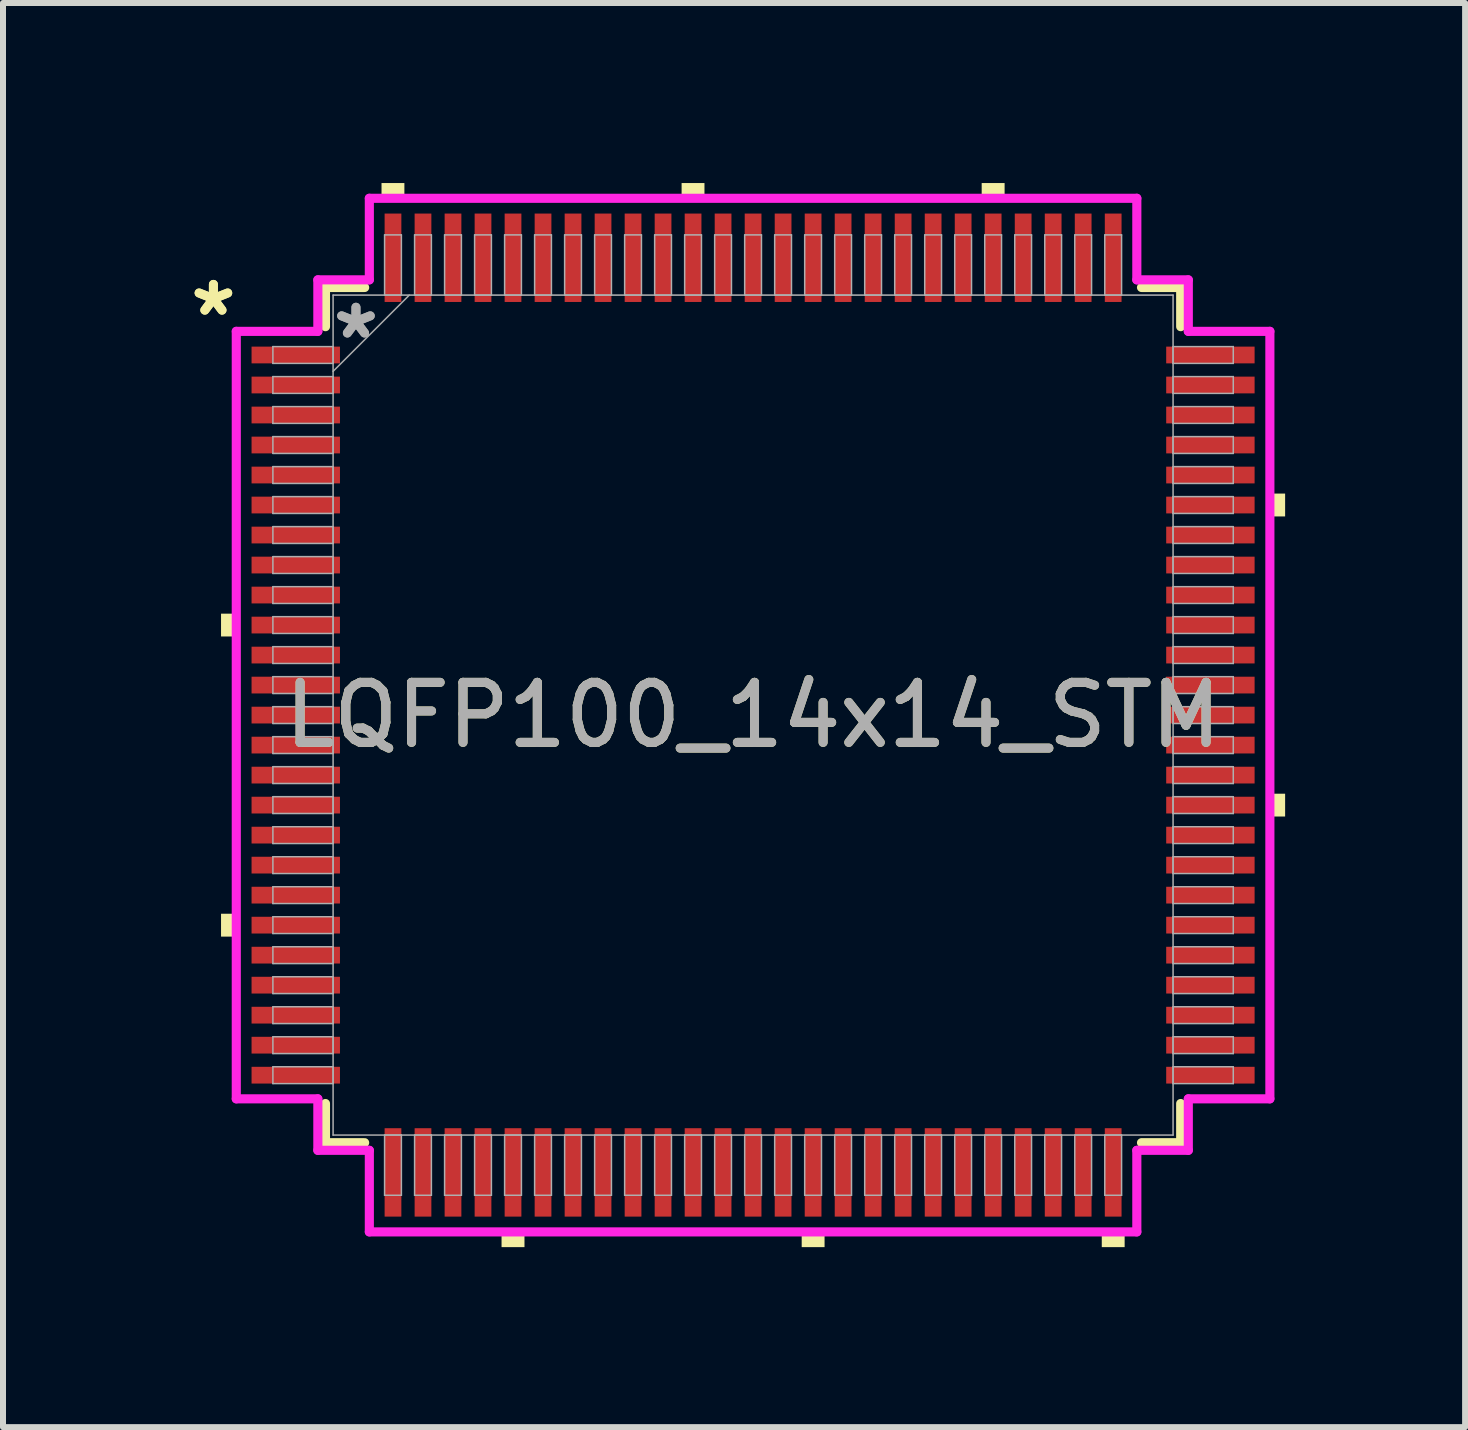
<source format=kicad_pcb>
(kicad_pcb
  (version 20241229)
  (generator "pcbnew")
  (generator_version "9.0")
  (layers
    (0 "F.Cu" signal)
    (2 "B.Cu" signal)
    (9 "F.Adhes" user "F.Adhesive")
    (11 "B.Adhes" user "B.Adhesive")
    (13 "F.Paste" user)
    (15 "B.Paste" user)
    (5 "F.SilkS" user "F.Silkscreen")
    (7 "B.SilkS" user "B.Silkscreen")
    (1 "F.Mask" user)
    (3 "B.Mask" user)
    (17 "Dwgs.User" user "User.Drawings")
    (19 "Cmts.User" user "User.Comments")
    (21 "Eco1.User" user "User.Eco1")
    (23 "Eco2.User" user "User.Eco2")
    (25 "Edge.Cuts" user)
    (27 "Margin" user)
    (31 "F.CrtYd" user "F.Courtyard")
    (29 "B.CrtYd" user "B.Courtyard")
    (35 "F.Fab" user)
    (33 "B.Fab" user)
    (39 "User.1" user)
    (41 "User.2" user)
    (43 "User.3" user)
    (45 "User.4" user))
  (footprint "LQFP100_14x14_STM"
    (layer "F.Cu")
    (at 9.498 8.865)
    (property "Reference" "LQFP100_14x14_STM" (at 0 0 0) (unlocked yes) (layer "F.SilkS") (effects (font (size 1 1) (thickness 0.15))))
    (attr smd)
    (fp_line (start -7.125 -7.125) (end -7.125 -6.472) (stroke (width 0.152) (type solid)) (layer "F.SilkS"))
    (fp_line (start -7.125 6.472) (end -7.125 7.125) (stroke (width 0.152) (type solid)) (layer "F.SilkS"))
    (fp_line (start -7.125 7.125) (end -6.472 7.125) (stroke (width 0.152) (type solid)) (layer "F.SilkS"))
    (fp_line (start -6.472 -7.125) (end -7.125 -7.125) (stroke (width 0.152) (type solid)) (layer "F.SilkS"))
    (fp_line (start 6.472 7.125) (end 7.125 7.125) (stroke (width 0.152) (type solid)) (layer "F.SilkS"))
    (fp_line (start 7.125 -7.125) (end 6.472 -7.125) (stroke (width 0.152) (type solid)) (layer "F.SilkS"))
    (fp_line (start 7.125 -6.472) (end 7.125 -7.125) (stroke (width 0.152) (type solid)) (layer "F.SilkS"))
    (fp_line (start 7.125 7.125) (end 7.125 6.472) (stroke (width 0.152) (type solid)) (layer "F.SilkS"))
    (fp_poly (pts (xy -8.865 -1.69) (xy -8.865 -1.31) (xy -8.611 -1.31) (xy -8.611 -1.69)) (stroke (width 0) (type solid)) (fill yes) (layer "F.SilkS"))
    (fp_poly (pts (xy -8.865 3.31) (xy -8.865 3.691) (xy -8.611 3.691) (xy -8.611 3.31)) (stroke (width 0) (type solid)) (fill yes) (layer "F.SilkS"))
    (fp_poly (pts (xy -6.191 -8.611) (xy -6.191 -8.865) (xy -5.81 -8.865) (xy -5.81 -8.611)) (stroke (width 0) (type solid)) (fill yes) (layer "F.SilkS"))
    (fp_poly (pts (xy -4.191 8.611) (xy -4.191 8.865) (xy -3.809 8.865) (xy -3.809 8.611)) (stroke (width 0) (type solid)) (fill yes) (layer "F.SilkS"))
    (fp_poly (pts (xy -1.191 -8.611) (xy -1.191 -8.865) (xy -0.81 -8.865) (xy -0.81 -8.611)) (stroke (width 0) (type solid)) (fill yes) (layer "F.SilkS"))
    (fp_poly (pts (xy 0.81 8.611) (xy 0.81 8.865) (xy 1.191 8.865) (xy 1.191 8.611)) (stroke (width 0) (type solid)) (fill yes) (layer "F.SilkS"))
    (fp_poly (pts (xy 3.809 -8.611) (xy 3.809 -8.865) (xy 4.191 -8.865) (xy 4.191 -8.611)) (stroke (width 0) (type solid)) (fill yes) (layer "F.SilkS"))
    (fp_poly (pts (xy 5.81 8.611) (xy 5.81 8.865) (xy 6.191 8.865) (xy 6.191 8.611)) (stroke (width 0) (type solid)) (fill yes) (layer "F.SilkS"))
    (fp_poly (pts (xy 8.865 -3.691) (xy 8.865 -3.31) (xy 8.611 -3.31) (xy 8.611 -3.691)) (stroke (width 0) (type solid)) (fill yes) (layer "F.SilkS"))
    (fp_poly (pts (xy 8.865 1.31) (xy 8.865 1.69) (xy 8.611 1.69) (xy 8.611 1.31)) (stroke (width 0) (type solid)) (fill yes) (layer "F.SilkS"))
    (fp_line (start -8.611 -6.394) (end -7.252 -6.394) (stroke (width 0.152) (type solid)) (layer "F.CrtYd"))
    (fp_line (start -8.611 6.394) (end -8.611 -6.394) (stroke (width 0.152) (type solid)) (layer "F.CrtYd"))
    (fp_line (start -7.252 -7.252) (end -6.394 -7.252) (stroke (width 0.152) (type solid)) (layer "F.CrtYd"))
    (fp_line (start -7.252 -6.394) (end -7.252 -7.252) (stroke (width 0.152) (type solid)) (layer "F.CrtYd"))
    (fp_line (start -7.252 6.394) (end -8.611 6.394) (stroke (width 0.152) (type solid)) (layer "F.CrtYd"))
    (fp_line (start -7.252 7.252) (end -7.252 6.394) (stroke (width 0.152) (type solid)) (layer "F.CrtYd"))
    (fp_line (start -7.252 7.252) (end -6.394 7.252) (stroke (width 0.152) (type solid)) (layer "F.CrtYd"))
    (fp_line (start -6.394 -8.611) (end 6.394 -8.611) (stroke (width 0.152) (type solid)) (layer "F.CrtYd"))
    (fp_line (start -6.394 -7.252) (end -6.394 -8.611) (stroke (width 0.152) (type solid)) (layer "F.CrtYd"))
    (fp_line (start -6.394 7.252) (end -6.394 8.611) (stroke (width 0.152) (type solid)) (layer "F.CrtYd"))
    (fp_line (start -6.394 8.611) (end 6.394 8.611) (stroke (width 0.152) (type solid)) (layer "F.CrtYd"))
    (fp_line (start 6.394 -8.611) (end 6.394 -7.252) (stroke (width 0.152) (type solid)) (layer "F.CrtYd"))
    (fp_line (start 6.394 -7.252) (end 7.252 -7.252) (stroke (width 0.152) (type solid)) (layer "F.CrtYd"))
    (fp_line (start 6.394 7.252) (end 7.252 7.252) (stroke (width 0.152) (type solid)) (layer "F.CrtYd"))
    (fp_line (start 6.394 8.611) (end 6.394 7.252) (stroke (width 0.152) (type solid)) (layer "F.CrtYd"))
    (fp_line (start 7.252 -6.394) (end 7.252 -7.252) (stroke (width 0.152) (type solid)) (layer "F.CrtYd"))
    (fp_line (start 7.252 6.394) (end 8.611 6.394) (stroke (width 0.152) (type solid)) (layer "F.CrtYd"))
    (fp_line (start 7.252 7.252) (end 7.252 6.394) (stroke (width 0.152) (type solid)) (layer "F.CrtYd"))
    (fp_line (start 8.611 -6.394) (end 7.252 -6.394) (stroke (width 0.152) (type solid)) (layer "F.CrtYd"))
    (fp_line (start 8.611 6.394) (end 8.611 -6.394) (stroke (width 0.152) (type solid)) (layer "F.CrtYd"))
    (fp_line (start -8.001 -6.14) (end -8.001 -5.86) (stroke (width 0.025) (type solid)) (layer "F.Fab"))
    (fp_line (start -8.001 -5.86) (end -6.998 -5.86) (stroke (width 0.025) (type solid)) (layer "F.Fab"))
    (fp_line (start -8.001 -5.64) (end -8.001 -5.36) (stroke (width 0.025) (type solid)) (layer "F.Fab"))
    (fp_line (start -8.001 -5.36) (end -6.998 -5.36) (stroke (width 0.025) (type solid)) (layer "F.Fab"))
    (fp_line (start -8.001 -5.14) (end -8.001 -4.86) (stroke (width 0.025) (type solid)) (layer "F.Fab"))
    (fp_line (start -8.001 -4.86) (end -6.998 -4.86) (stroke (width 0.025) (type solid)) (layer "F.Fab"))
    (fp_line (start -8.001 -4.64) (end -8.001 -4.36) (stroke (width 0.025) (type solid)) (layer "F.Fab"))
    (fp_line (start -8.001 -4.36) (end -6.998 -4.36) (stroke (width 0.025) (type solid)) (layer "F.Fab"))
    (fp_line (start -8.001 -4.14) (end -8.001 -3.86) (stroke (width 0.025) (type solid)) (layer "F.Fab"))
    (fp_line (start -8.001 -3.86) (end -6.998 -3.86) (stroke (width 0.025) (type solid)) (layer "F.Fab"))
    (fp_line (start -8.001 -3.64) (end -8.001 -3.36) (stroke (width 0.025) (type solid)) (layer "F.Fab"))
    (fp_line (start -8.001 -3.36) (end -6.998 -3.36) (stroke (width 0.025) (type solid)) (layer "F.Fab"))
    (fp_line (start -8.001 -3.14) (end -8.001 -2.86) (stroke (width 0.025) (type solid)) (layer "F.Fab"))
    (fp_line (start -8.001 -2.86) (end -6.998 -2.86) (stroke (width 0.025) (type solid)) (layer "F.Fab"))
    (fp_line (start -8.001 -2.64) (end -8.001 -2.36) (stroke (width 0.025) (type solid)) (layer "F.Fab"))
    (fp_line (start -8.001 -2.36) (end -6.998 -2.36) (stroke (width 0.025) (type solid)) (layer "F.Fab"))
    (fp_line (start -8.001 -2.14) (end -8.001 -1.86) (stroke (width 0.025) (type solid)) (layer "F.Fab"))
    (fp_line (start -8.001 -1.86) (end -6.998 -1.86) (stroke (width 0.025) (type solid)) (layer "F.Fab"))
    (fp_line (start -8.001 -1.64) (end -8.001 -1.36) (stroke (width 0.025) (type solid)) (layer "F.Fab"))
    (fp_line (start -8.001 -1.36) (end -6.998 -1.36) (stroke (width 0.025) (type solid)) (layer "F.Fab"))
    (fp_line (start -8.001 -1.14) (end -8.001 -0.86) (stroke (width 0.025) (type solid)) (layer "F.Fab"))
    (fp_line (start -8.001 -0.86) (end -6.998 -0.86) (stroke (width 0.025) (type solid)) (layer "F.Fab"))
    (fp_line (start -8.001 -0.64) (end -8.001 -0.36) (stroke (width 0.025) (type solid)) (layer "F.Fab"))
    (fp_line (start -8.001 -0.36) (end -6.998 -0.36) (stroke (width 0.025) (type solid)) (layer "F.Fab"))
    (fp_line (start -8.001 -0.14) (end -8.001 0.14) (stroke (width 0.025) (type solid)) (layer "F.Fab"))
    (fp_line (start -8.001 0.14) (end -6.998 0.14) (stroke (width 0.025) (type solid)) (layer "F.Fab"))
    (fp_line (start -8.001 0.36) (end -8.001 0.64) (stroke (width 0.025) (type solid)) (layer "F.Fab"))
    (fp_line (start -8.001 0.64) (end -6.998 0.64) (stroke (width 0.025) (type solid)) (layer "F.Fab"))
    (fp_line (start -8.001 0.86) (end -8.001 1.14) (stroke (width 0.025) (type solid)) (layer "F.Fab"))
    (fp_line (start -8.001 1.14) (end -6.998 1.14) (stroke (width 0.025) (type solid)) (layer "F.Fab"))
    (fp_line (start -8.001 1.36) (end -8.001 1.64) (stroke (width 0.025) (type solid)) (layer "F.Fab"))
    (fp_line (start -8.001 1.64) (end -6.998 1.64) (stroke (width 0.025) (type solid)) (layer "F.Fab"))
    (fp_line (start -8.001 1.86) (end -8.001 2.14) (stroke (width 0.025) (type solid)) (layer "F.Fab"))
    (fp_line (start -8.001 2.14) (end -6.998 2.14) (stroke (width 0.025) (type solid)) (layer "F.Fab"))
    (fp_line (start -8.001 2.36) (end -8.001 2.64) (stroke (width 0.025) (type solid)) (layer "F.Fab"))
    (fp_line (start -8.001 2.64) (end -6.998 2.64) (stroke (width 0.025) (type solid)) (layer "F.Fab"))
    (fp_line (start -8.001 2.86) (end -8.001 3.14) (stroke (width 0.025) (type solid)) (layer "F.Fab"))
    (fp_line (start -8.001 3.14) (end -6.998 3.14) (stroke (width 0.025) (type solid)) (layer "F.Fab"))
    (fp_line (start -8.001 3.36) (end -8.001 3.64) (stroke (width 0.025) (type solid)) (layer "F.Fab"))
    (fp_line (start -8.001 3.64) (end -6.998 3.64) (stroke (width 0.025) (type solid)) (layer "F.Fab"))
    (fp_line (start -8.001 3.86) (end -8.001 4.14) (stroke (width 0.025) (type solid)) (layer "F.Fab"))
    (fp_line (start -8.001 4.14) (end -6.998 4.14) (stroke (width 0.025) (type solid)) (layer "F.Fab"))
    (fp_line (start -8.001 4.36) (end -8.001 4.64) (stroke (width 0.025) (type solid)) (layer "F.Fab"))
    (fp_line (start -8.001 4.64) (end -6.998 4.64) (stroke (width 0.025) (type solid)) (layer "F.Fab"))
    (fp_line (start -8.001 4.86) (end -8.001 5.14) (stroke (width 0.025) (type solid)) (layer "F.Fab"))
    (fp_line (start -8.001 5.14) (end -6.998 5.14) (stroke (width 0.025) (type solid)) (layer "F.Fab"))
    (fp_line (start -8.001 5.36) (end -8.001 5.64) (stroke (width 0.025) (type solid)) (layer "F.Fab"))
    (fp_line (start -8.001 5.64) (end -6.998 5.64) (stroke (width 0.025) (type solid)) (layer "F.Fab"))
    (fp_line (start -8.001 5.86) (end -8.001 6.14) (stroke (width 0.025) (type solid)) (layer "F.Fab"))
    (fp_line (start -8.001 6.14) (end -6.998 6.14) (stroke (width 0.025) (type solid)) (layer "F.Fab"))
    (fp_line (start -6.998 -6.998) (end -6.998 6.998) (stroke (width 0.025) (type solid)) (layer "F.Fab"))
    (fp_line (start -6.998 -6.14) (end -8.001 -6.14) (stroke (width 0.025) (type solid)) (layer "F.Fab"))
    (fp_line (start -6.998 -5.86) (end -6.998 -6.14) (stroke (width 0.025) (type solid)) (layer "F.Fab"))
    (fp_line (start -6.998 -5.728) (end -5.728 -6.998) (stroke (width 0.025) (type solid)) (layer "F.Fab"))
    (fp_line (start -6.998 -5.64) (end -8.001 -5.64) (stroke (width 0.025) (type solid)) (layer "F.Fab"))
    (fp_line (start -6.998 -5.36) (end -6.998 -5.64) (stroke (width 0.025) (type solid)) (layer "F.Fab"))
    (fp_line (start -6.998 -5.14) (end -8.001 -5.14) (stroke (width 0.025) (type solid)) (layer "F.Fab"))
    (fp_line (start -6.998 -4.86) (end -6.998 -5.14) (stroke (width 0.025) (type solid)) (layer "F.Fab"))
    (fp_line (start -6.998 -4.64) (end -8.001 -4.64) (stroke (width 0.025) (type solid)) (layer "F.Fab"))
    (fp_line (start -6.998 -4.36) (end -6.998 -4.64) (stroke (width 0.025) (type solid)) (layer "F.Fab"))
    (fp_line (start -6.998 -4.14) (end -8.001 -4.14) (stroke (width 0.025) (type solid)) (layer "F.Fab"))
    (fp_line (start -6.998 -3.86) (end -6.998 -4.14) (stroke (width 0.025) (type solid)) (layer "F.Fab"))
    (fp_line (start -6.998 -3.64) (end -8.001 -3.64) (stroke (width 0.025) (type solid)) (layer "F.Fab"))
    (fp_line (start -6.998 -3.36) (end -6.998 -3.64) (stroke (width 0.025) (type solid)) (layer "F.Fab"))
    (fp_line (start -6.998 -3.14) (end -8.001 -3.14) (stroke (width 0.025) (type solid)) (layer "F.Fab"))
    (fp_line (start -6.998 -2.86) (end -6.998 -3.14) (stroke (width 0.025) (type solid)) (layer "F.Fab"))
    (fp_line (start -6.998 -2.64) (end -8.001 -2.64) (stroke (width 0.025) (type solid)) (layer "F.Fab"))
    (fp_line (start -6.998 -2.36) (end -6.998 -2.64) (stroke (width 0.025) (type solid)) (layer "F.Fab"))
    (fp_line (start -6.998 -2.14) (end -8.001 -2.14) (stroke (width 0.025) (type solid)) (layer "F.Fab"))
    (fp_line (start -6.998 -1.86) (end -6.998 -2.14) (stroke (width 0.025) (type solid)) (layer "F.Fab"))
    (fp_line (start -6.998 -1.64) (end -8.001 -1.64) (stroke (width 0.025) (type solid)) (layer "F.Fab"))
    (fp_line (start -6.998 -1.36) (end -6.998 -1.64) (stroke (width 0.025) (type solid)) (layer "F.Fab"))
    (fp_line (start -6.998 -1.14) (end -8.001 -1.14) (stroke (width 0.025) (type solid)) (layer "F.Fab"))
    (fp_line (start -6.998 -0.86) (end -6.998 -1.14) (stroke (width 0.025) (type solid)) (layer "F.Fab"))
    (fp_line (start -6.998 -0.64) (end -8.001 -0.64) (stroke (width 0.025) (type solid)) (layer "F.Fab"))
    (fp_line (start -6.998 -0.36) (end -6.998 -0.64) (stroke (width 0.025) (type solid)) (layer "F.Fab"))
    (fp_line (start -6.998 -0.14) (end -8.001 -0.14) (stroke (width 0.025) (type solid)) (layer "F.Fab"))
    (fp_line (start -6.998 0.14) (end -6.998 -0.14) (stroke (width 0.025) (type solid)) (layer "F.Fab"))
    (fp_line (start -6.998 0.36) (end -8.001 0.36) (stroke (width 0.025) (type solid)) (layer "F.Fab"))
    (fp_line (start -6.998 0.64) (end -6.998 0.36) (stroke (width 0.025) (type solid)) (layer "F.Fab"))
    (fp_line (start -6.998 0.86) (end -8.001 0.86) (stroke (width 0.025) (type solid)) (layer "F.Fab"))
    (fp_line (start -6.998 1.14) (end -6.998 0.86) (stroke (width 0.025) (type solid)) (layer "F.Fab"))
    (fp_line (start -6.998 1.36) (end -8.001 1.36) (stroke (width 0.025) (type solid)) (layer "F.Fab"))
    (fp_line (start -6.998 1.64) (end -6.998 1.36) (stroke (width 0.025) (type solid)) (layer "F.Fab"))
    (fp_line (start -6.998 1.86) (end -8.001 1.86) (stroke (width 0.025) (type solid)) (layer "F.Fab"))
    (fp_line (start -6.998 2.14) (end -6.998 1.86) (stroke (width 0.025) (type solid)) (layer "F.Fab"))
    (fp_line (start -6.998 2.36) (end -8.001 2.36) (stroke (width 0.025) (type solid)) (layer "F.Fab"))
    (fp_line (start -6.998 2.64) (end -6.998 2.36) (stroke (width 0.025) (type solid)) (layer "F.Fab"))
    (fp_line (start -6.998 2.86) (end -8.001 2.86) (stroke (width 0.025) (type solid)) (layer "F.Fab"))
    (fp_line (start -6.998 3.14) (end -6.998 2.86) (stroke (width 0.025) (type solid)) (layer "F.Fab"))
    (fp_line (start -6.998 3.36) (end -8.001 3.36) (stroke (width 0.025) (type solid)) (layer "F.Fab"))
    (fp_line (start -6.998 3.64) (end -6.998 3.36) (stroke (width 0.025) (type solid)) (layer "F.Fab"))
    (fp_line (start -6.998 3.86) (end -8.001 3.86) (stroke (width 0.025) (type solid)) (layer "F.Fab"))
    (fp_line (start -6.998 4.14) (end -6.998 3.86) (stroke (width 0.025) (type solid)) (layer "F.Fab"))
    (fp_line (start -6.998 4.36) (end -8.001 4.36) (stroke (width 0.025) (type solid)) (layer "F.Fab"))
    (fp_line (start -6.998 4.64) (end -6.998 4.36) (stroke (width 0.025) (type solid)) (layer "F.Fab"))
    (fp_line (start -6.998 4.86) (end -8.001 4.86) (stroke (width 0.025) (type solid)) (layer "F.Fab"))
    (fp_line (start -6.998 5.14) (end -6.998 4.86) (stroke (width 0.025) (type solid)) (layer "F.Fab"))
    (fp_line (start -6.998 5.36) (end -8.001 5.36) (stroke (width 0.025) (type solid)) (layer "F.Fab"))
    (fp_line (start -6.998 5.64) (end -6.998 5.36) (stroke (width 0.025) (type solid)) (layer "F.Fab"))
    (fp_line (start -6.998 5.86) (end -8.001 5.86) (stroke (width 0.025) (type solid)) (layer "F.Fab"))
    (fp_line (start -6.998 6.14) (end -6.998 5.86) (stroke (width 0.025) (type solid)) (layer "F.Fab"))
    (fp_line (start -6.998 6.998) (end 6.998 6.998) (stroke (width 0.025) (type solid)) (layer "F.Fab"))
    (fp_line (start -6.14 -8.001) (end -6.14 -6.998) (stroke (width 0.025) (type solid)) (layer "F.Fab"))
    (fp_line (start -6.14 -6.998) (end -5.86 -6.998) (stroke (width 0.025) (type solid)) (layer "F.Fab"))
    (fp_line (start -6.14 6.998) (end -6.14 8.001) (stroke (width 0.025) (type solid)) (layer "F.Fab"))
    (fp_line (start -6.14 8.001) (end -5.86 8.001) (stroke (width 0.025) (type solid)) (layer "F.Fab"))
    (fp_line (start -5.86 -8.001) (end -6.14 -8.001) (stroke (width 0.025) (type solid)) (layer "F.Fab"))
    (fp_line (start -5.86 -6.998) (end -5.86 -8.001) (stroke (width 0.025) (type solid)) (layer "F.Fab"))
    (fp_line (start -5.86 6.998) (end -6.14 6.998) (stroke (width 0.025) (type solid)) (layer "F.Fab"))
    (fp_line (start -5.86 8.001) (end -5.86 6.998) (stroke (width 0.025) (type solid)) (layer "F.Fab"))
    (fp_line (start -5.64 -8.001) (end -5.64 -6.998) (stroke (width 0.025) (type solid)) (layer "F.Fab"))
    (fp_line (start -5.64 -6.998) (end -5.36 -6.998) (stroke (width 0.025) (type solid)) (layer "F.Fab"))
    (fp_line (start -5.64 6.998) (end -5.64 8.001) (stroke (width 0.025) (type solid)) (layer "F.Fab"))
    (fp_line (start -5.64 8.001) (end -5.36 8.001) (stroke (width 0.025) (type solid)) (layer "F.Fab"))
    (fp_line (start -5.36 -8.001) (end -5.64 -8.001) (stroke (width 0.025) (type solid)) (layer "F.Fab"))
    (fp_line (start -5.36 -6.998) (end -5.36 -8.001) (stroke (width 0.025) (type solid)) (layer "F.Fab"))
    (fp_line (start -5.36 6.998) (end -5.64 6.998) (stroke (width 0.025) (type solid)) (layer "F.Fab"))
    (fp_line (start -5.36 8.001) (end -5.36 6.998) (stroke (width 0.025) (type solid)) (layer "F.Fab"))
    (fp_line (start -5.14 -8.001) (end -5.14 -6.998) (stroke (width 0.025) (type solid)) (layer "F.Fab"))
    (fp_line (start -5.14 -6.998) (end -4.86 -6.998) (stroke (width 0.025) (type solid)) (layer "F.Fab"))
    (fp_line (start -5.14 6.998) (end -5.14 8.001) (stroke (width 0.025) (type solid)) (layer "F.Fab"))
    (fp_line (start -5.14 8.001) (end -4.86 8.001) (stroke (width 0.025) (type solid)) (layer "F.Fab"))
    (fp_line (start -4.86 -8.001) (end -5.14 -8.001) (stroke (width 0.025) (type solid)) (layer "F.Fab"))
    (fp_line (start -4.86 -6.998) (end -4.86 -8.001) (stroke (width 0.025) (type solid)) (layer "F.Fab"))
    (fp_line (start -4.86 6.998) (end -5.14 6.998) (stroke (width 0.025) (type solid)) (layer "F.Fab"))
    (fp_line (start -4.86 8.001) (end -4.86 6.998) (stroke (width 0.025) (type solid)) (layer "F.Fab"))
    (fp_line (start -4.64 -8.001) (end -4.64 -6.998) (stroke (width 0.025) (type solid)) (layer "F.Fab"))
    (fp_line (start -4.64 -6.998) (end -4.36 -6.998) (stroke (width 0.025) (type solid)) (layer "F.Fab"))
    (fp_line (start -4.64 6.998) (end -4.64 8.001) (stroke (width 0.025) (type solid)) (layer "F.Fab"))
    (fp_line (start -4.64 8.001) (end -4.36 8.001) (stroke (width 0.025) (type solid)) (layer "F.Fab"))
    (fp_line (start -4.36 -8.001) (end -4.64 -8.001) (stroke (width 0.025) (type solid)) (layer "F.Fab"))
    (fp_line (start -4.36 -6.998) (end -4.36 -8.001) (stroke (width 0.025) (type solid)) (layer "F.Fab"))
    (fp_line (start -4.36 6.998) (end -4.64 6.998) (stroke (width 0.025) (type solid)) (layer "F.Fab"))
    (fp_line (start -4.36 8.001) (end -4.36 6.998) (stroke (width 0.025) (type solid)) (layer "F.Fab"))
    (fp_line (start -4.14 -8.001) (end -4.14 -6.998) (stroke (width 0.025) (type solid)) (layer "F.Fab"))
    (fp_line (start -4.14 -6.998) (end -3.86 -6.998) (stroke (width 0.025) (type solid)) (layer "F.Fab"))
    (fp_line (start -4.14 6.998) (end -4.14 8.001) (stroke (width 0.025) (type solid)) (layer "F.Fab"))
    (fp_line (start -4.14 8.001) (end -3.86 8.001) (stroke (width 0.025) (type solid)) (layer "F.Fab"))
    (fp_line (start -3.86 -8.001) (end -4.14 -8.001) (stroke (width 0.025) (type solid)) (layer "F.Fab"))
    (fp_line (start -3.86 -6.998) (end -3.86 -8.001) (stroke (width 0.025) (type solid)) (layer "F.Fab"))
    (fp_line (start -3.86 6.998) (end -4.14 6.998) (stroke (width 0.025) (type solid)) (layer "F.Fab"))
    (fp_line (start -3.86 8.001) (end -3.86 6.998) (stroke (width 0.025) (type solid)) (layer "F.Fab"))
    (fp_line (start -3.64 -8.001) (end -3.64 -6.998) (stroke (width 0.025) (type solid)) (layer "F.Fab"))
    (fp_line (start -3.64 -6.998) (end -3.36 -6.998) (stroke (width 0.025) (type solid)) (layer "F.Fab"))
    (fp_line (start -3.64 6.998) (end -3.64 8.001) (stroke (width 0.025) (type solid)) (layer "F.Fab"))
    (fp_line (start -3.64 8.001) (end -3.36 8.001) (stroke (width 0.025) (type solid)) (layer "F.Fab"))
    (fp_line (start -3.36 -8.001) (end -3.64 -8.001) (stroke (width 0.025) (type solid)) (layer "F.Fab"))
    (fp_line (start -3.36 -6.998) (end -3.36 -8.001) (stroke (width 0.025) (type solid)) (layer "F.Fab"))
    (fp_line (start -3.36 6.998) (end -3.64 6.998) (stroke (width 0.025) (type solid)) (layer "F.Fab"))
    (fp_line (start -3.36 8.001) (end -3.36 6.998) (stroke (width 0.025) (type solid)) (layer "F.Fab"))
    (fp_line (start -3.14 -8.001) (end -3.14 -6.998) (stroke (width 0.025) (type solid)) (layer "F.Fab"))
    (fp_line (start -3.14 -6.998) (end -2.86 -6.998) (stroke (width 0.025) (type solid)) (layer "F.Fab"))
    (fp_line (start -3.14 6.998) (end -3.14 8.001) (stroke (width 0.025) (type solid)) (layer "F.Fab"))
    (fp_line (start -3.14 8.001) (end -2.86 8.001) (stroke (width 0.025) (type solid)) (layer "F.Fab"))
    (fp_line (start -2.86 -8.001) (end -3.14 -8.001) (stroke (width 0.025) (type solid)) (layer "F.Fab"))
    (fp_line (start -2.86 -6.998) (end -2.86 -8.001) (stroke (width 0.025) (type solid)) (layer "F.Fab"))
    (fp_line (start -2.86 6.998) (end -3.14 6.998) (stroke (width 0.025) (type solid)) (layer "F.Fab"))
    (fp_line (start -2.86 8.001) (end -2.86 6.998) (stroke (width 0.025) (type solid)) (layer "F.Fab"))
    (fp_line (start -2.64 -8.001) (end -2.64 -6.998) (stroke (width 0.025) (type solid)) (layer "F.Fab"))
    (fp_line (start -2.64 -6.998) (end -2.36 -6.998) (stroke (width 0.025) (type solid)) (layer "F.Fab"))
    (fp_line (start -2.64 6.998) (end -2.64 8.001) (stroke (width 0.025) (type solid)) (layer "F.Fab"))
    (fp_line (start -2.64 8.001) (end -2.36 8.001) (stroke (width 0.025) (type solid)) (layer "F.Fab"))
    (fp_line (start -2.36 -8.001) (end -2.64 -8.001) (stroke (width 0.025) (type solid)) (layer "F.Fab"))
    (fp_line (start -2.36 -6.998) (end -2.36 -8.001) (stroke (width 0.025) (type solid)) (layer "F.Fab"))
    (fp_line (start -2.36 6.998) (end -2.64 6.998) (stroke (width 0.025) (type solid)) (layer "F.Fab"))
    (fp_line (start -2.36 8.001) (end -2.36 6.998) (stroke (width 0.025) (type solid)) (layer "F.Fab"))
    (fp_line (start -2.14 -8.001) (end -2.14 -6.998) (stroke (width 0.025) (type solid)) (layer "F.Fab"))
    (fp_line (start -2.14 -6.998) (end -1.86 -6.998) (stroke (width 0.025) (type solid)) (layer "F.Fab"))
    (fp_line (start -2.14 6.998) (end -2.14 8.001) (stroke (width 0.025) (type solid)) (layer "F.Fab"))
    (fp_line (start -2.14 8.001) (end -1.86 8.001) (stroke (width 0.025) (type solid)) (layer "F.Fab"))
    (fp_line (start -1.86 -8.001) (end -2.14 -8.001) (stroke (width 0.025) (type solid)) (layer "F.Fab"))
    (fp_line (start -1.86 -6.998) (end -1.86 -8.001) (stroke (width 0.025) (type solid)) (layer "F.Fab"))
    (fp_line (start -1.86 6.998) (end -2.14 6.998) (stroke (width 0.025) (type solid)) (layer "F.Fab"))
    (fp_line (start -1.86 8.001) (end -1.86 6.998) (stroke (width 0.025) (type solid)) (layer "F.Fab"))
    (fp_line (start -1.64 -8.001) (end -1.64 -6.998) (stroke (width 0.025) (type solid)) (layer "F.Fab"))
    (fp_line (start -1.64 -6.998) (end -1.36 -6.998) (stroke (width 0.025) (type solid)) (layer "F.Fab"))
    (fp_line (start -1.64 6.998) (end -1.64 8.001) (stroke (width 0.025) (type solid)) (layer "F.Fab"))
    (fp_line (start -1.64 8.001) (end -1.36 8.001) (stroke (width 0.025) (type solid)) (layer "F.Fab"))
    (fp_line (start -1.36 -8.001) (end -1.64 -8.001) (stroke (width 0.025) (type solid)) (layer "F.Fab"))
    (fp_line (start -1.36 -6.998) (end -1.36 -8.001) (stroke (width 0.025) (type solid)) (layer "F.Fab"))
    (fp_line (start -1.36 6.998) (end -1.64 6.998) (stroke (width 0.025) (type solid)) (layer "F.Fab"))
    (fp_line (start -1.36 8.001) (end -1.36 6.998) (stroke (width 0.025) (type solid)) (layer "F.Fab"))
    (fp_line (start -1.14 -8.001) (end -1.14 -6.998) (stroke (width 0.025) (type solid)) (layer "F.Fab"))
    (fp_line (start -1.14 -6.998) (end -0.86 -6.998) (stroke (width 0.025) (type solid)) (layer "F.Fab"))
    (fp_line (start -1.14 6.998) (end -1.14 8.001) (stroke (width 0.025) (type solid)) (layer "F.Fab"))
    (fp_line (start -1.14 8.001) (end -0.86 8.001) (stroke (width 0.025) (type solid)) (layer "F.Fab"))
    (fp_line (start -0.86 -8.001) (end -1.14 -8.001) (stroke (width 0.025) (type solid)) (layer "F.Fab"))
    (fp_line (start -0.86 -6.998) (end -0.86 -8.001) (stroke (width 0.025) (type solid)) (layer "F.Fab"))
    (fp_line (start -0.86 6.998) (end -1.14 6.998) (stroke (width 0.025) (type solid)) (layer "F.Fab"))
    (fp_line (start -0.86 8.001) (end -0.86 6.998) (stroke (width 0.025) (type solid)) (layer "F.Fab"))
    (fp_line (start -0.64 -8.001) (end -0.64 -6.998) (stroke (width 0.025) (type solid)) (layer "F.Fab"))
    (fp_line (start -0.64 -6.998) (end -0.36 -6.998) (stroke (width 0.025) (type solid)) (layer "F.Fab"))
    (fp_line (start -0.64 6.998) (end -0.64 8.001) (stroke (width 0.025) (type solid)) (layer "F.Fab"))
    (fp_line (start -0.64 8.001) (end -0.36 8.001) (stroke (width 0.025) (type solid)) (layer "F.Fab"))
    (fp_line (start -0.36 -8.001) (end -0.64 -8.001) (stroke (width 0.025) (type solid)) (layer "F.Fab"))
    (fp_line (start -0.36 -6.998) (end -0.36 -8.001) (stroke (width 0.025) (type solid)) (layer "F.Fab"))
    (fp_line (start -0.36 6.998) (end -0.64 6.998) (stroke (width 0.025) (type solid)) (layer "F.Fab"))
    (fp_line (start -0.36 8.001) (end -0.36 6.998) (stroke (width 0.025) (type solid)) (layer "F.Fab"))
    (fp_line (start -0.14 -8.001) (end -0.14 -6.998) (stroke (width 0.025) (type solid)) (layer "F.Fab"))
    (fp_line (start -0.14 -6.998) (end 0.14 -6.998) (stroke (width 0.025) (type solid)) (layer "F.Fab"))
    (fp_line (start -0.14 6.998) (end -0.14 8.001) (stroke (width 0.025) (type solid)) (layer "F.Fab"))
    (fp_line (start -0.14 8.001) (end 0.14 8.001) (stroke (width 0.025) (type solid)) (layer "F.Fab"))
    (fp_line (start 0.14 -8.001) (end -0.14 -8.001) (stroke (width 0.025) (type solid)) (layer "F.Fab"))
    (fp_line (start 0.14 -6.998) (end 0.14 -8.001) (stroke (width 0.025) (type solid)) (layer "F.Fab"))
    (fp_line (start 0.14 6.998) (end -0.14 6.998) (stroke (width 0.025) (type solid)) (layer "F.Fab"))
    (fp_line (start 0.14 8.001) (end 0.14 6.998) (stroke (width 0.025) (type solid)) (layer "F.Fab"))
    (fp_line (start 0.36 -8.001) (end 0.36 -6.998) (stroke (width 0.025) (type solid)) (layer "F.Fab"))
    (fp_line (start 0.36 -6.998) (end 0.64 -6.998) (stroke (width 0.025) (type solid)) (layer "F.Fab"))
    (fp_line (start 0.36 6.998) (end 0.36 8.001) (stroke (width 0.025) (type solid)) (layer "F.Fab"))
    (fp_line (start 0.36 8.001) (end 0.64 8.001) (stroke (width 0.025) (type solid)) (layer "F.Fab"))
    (fp_line (start 0.64 -8.001) (end 0.36 -8.001) (stroke (width 0.025) (type solid)) (layer "F.Fab"))
    (fp_line (start 0.64 -6.998) (end 0.64 -8.001) (stroke (width 0.025) (type solid)) (layer "F.Fab"))
    (fp_line (start 0.64 6.998) (end 0.36 6.998) (stroke (width 0.025) (type solid)) (layer "F.Fab"))
    (fp_line (start 0.64 8.001) (end 0.64 6.998) (stroke (width 0.025) (type solid)) (layer "F.Fab"))
    (fp_line (start 0.86 -8.001) (end 0.86 -6.998) (stroke (width 0.025) (type solid)) (layer "F.Fab"))
    (fp_line (start 0.86 -6.998) (end 1.14 -6.998) (stroke (width 0.025) (type solid)) (layer "F.Fab"))
    (fp_line (start 0.86 6.998) (end 0.86 8.001) (stroke (width 0.025) (type solid)) (layer "F.Fab"))
    (fp_line (start 0.86 8.001) (end 1.14 8.001) (stroke (width 0.025) (type solid)) (layer "F.Fab"))
    (fp_line (start 1.14 -8.001) (end 0.86 -8.001) (stroke (width 0.025) (type solid)) (layer "F.Fab"))
    (fp_line (start 1.14 -6.998) (end 1.14 -8.001) (stroke (width 0.025) (type solid)) (layer "F.Fab"))
    (fp_line (start 1.14 6.998) (end 0.86 6.998) (stroke (width 0.025) (type solid)) (layer "F.Fab"))
    (fp_line (start 1.14 8.001) (end 1.14 6.998) (stroke (width 0.025) (type solid)) (layer "F.Fab"))
    (fp_line (start 1.36 -8.001) (end 1.36 -6.998) (stroke (width 0.025) (type solid)) (layer "F.Fab"))
    (fp_line (start 1.36 -6.998) (end 1.64 -6.998) (stroke (width 0.025) (type solid)) (layer "F.Fab"))
    (fp_line (start 1.36 6.998) (end 1.36 8.001) (stroke (width 0.025) (type solid)) (layer "F.Fab"))
    (fp_line (start 1.36 8.001) (end 1.64 8.001) (stroke (width 0.025) (type solid)) (layer "F.Fab"))
    (fp_line (start 1.64 -8.001) (end 1.36 -8.001) (stroke (width 0.025) (type solid)) (layer "F.Fab"))
    (fp_line (start 1.64 -6.998) (end 1.64 -8.001) (stroke (width 0.025) (type solid)) (layer "F.Fab"))
    (fp_line (start 1.64 6.998) (end 1.36 6.998) (stroke (width 0.025) (type solid)) (layer "F.Fab"))
    (fp_line (start 1.64 8.001) (end 1.64 6.998) (stroke (width 0.025) (type solid)) (layer "F.Fab"))
    (fp_line (start 1.86 -8.001) (end 1.86 -6.998) (stroke (width 0.025) (type solid)) (layer "F.Fab"))
    (fp_line (start 1.86 -6.998) (end 2.14 -6.998) (stroke (width 0.025) (type solid)) (layer "F.Fab"))
    (fp_line (start 1.86 6.998) (end 1.86 8.001) (stroke (width 0.025) (type solid)) (layer "F.Fab"))
    (fp_line (start 1.86 8.001) (end 2.14 8.001) (stroke (width 0.025) (type solid)) (layer "F.Fab"))
    (fp_line (start 2.14 -8.001) (end 1.86 -8.001) (stroke (width 0.025) (type solid)) (layer "F.Fab"))
    (fp_line (start 2.14 -6.998) (end 2.14 -8.001) (stroke (width 0.025) (type solid)) (layer "F.Fab"))
    (fp_line (start 2.14 6.998) (end 1.86 6.998) (stroke (width 0.025) (type solid)) (layer "F.Fab"))
    (fp_line (start 2.14 8.001) (end 2.14 6.998) (stroke (width 0.025) (type solid)) (layer "F.Fab"))
    (fp_line (start 2.36 -8.001) (end 2.36 -6.998) (stroke (width 0.025) (type solid)) (layer "F.Fab"))
    (fp_line (start 2.36 -6.998) (end 2.64 -6.998) (stroke (width 0.025) (type solid)) (layer "F.Fab"))
    (fp_line (start 2.36 6.998) (end 2.36 8.001) (stroke (width 0.025) (type solid)) (layer "F.Fab"))
    (fp_line (start 2.36 8.001) (end 2.64 8.001) (stroke (width 0.025) (type solid)) (layer "F.Fab"))
    (fp_line (start 2.64 -8.001) (end 2.36 -8.001) (stroke (width 0.025) (type solid)) (layer "F.Fab"))
    (fp_line (start 2.64 -6.998) (end 2.64 -8.001) (stroke (width 0.025) (type solid)) (layer "F.Fab"))
    (fp_line (start 2.64 6.998) (end 2.36 6.998) (stroke (width 0.025) (type solid)) (layer "F.Fab"))
    (fp_line (start 2.64 8.001) (end 2.64 6.998) (stroke (width 0.025) (type solid)) (layer "F.Fab"))
    (fp_line (start 2.86 -8.001) (end 2.86 -6.998) (stroke (width 0.025) (type solid)) (layer "F.Fab"))
    (fp_line (start 2.86 -6.998) (end 3.14 -6.998) (stroke (width 0.025) (type solid)) (layer "F.Fab"))
    (fp_line (start 2.86 6.998) (end 2.86 8.001) (stroke (width 0.025) (type solid)) (layer "F.Fab"))
    (fp_line (start 2.86 8.001) (end 3.14 8.001) (stroke (width 0.025) (type solid)) (layer "F.Fab"))
    (fp_line (start 3.14 -8.001) (end 2.86 -8.001) (stroke (width 0.025) (type solid)) (layer "F.Fab"))
    (fp_line (start 3.14 -6.998) (end 3.14 -8.001) (stroke (width 0.025) (type solid)) (layer "F.Fab"))
    (fp_line (start 3.14 6.998) (end 2.86 6.998) (stroke (width 0.025) (type solid)) (layer "F.Fab"))
    (fp_line (start 3.14 8.001) (end 3.14 6.998) (stroke (width 0.025) (type solid)) (layer "F.Fab"))
    (fp_line (start 3.36 -8.001) (end 3.36 -6.998) (stroke (width 0.025) (type solid)) (layer "F.Fab"))
    (fp_line (start 3.36 -6.998) (end 3.64 -6.998) (stroke (width 0.025) (type solid)) (layer "F.Fab"))
    (fp_line (start 3.36 6.998) (end 3.36 8.001) (stroke (width 0.025) (type solid)) (layer "F.Fab"))
    (fp_line (start 3.36 8.001) (end 3.64 8.001) (stroke (width 0.025) (type solid)) (layer "F.Fab"))
    (fp_line (start 3.64 -8.001) (end 3.36 -8.001) (stroke (width 0.025) (type solid)) (layer "F.Fab"))
    (fp_line (start 3.64 -6.998) (end 3.64 -8.001) (stroke (width 0.025) (type solid)) (layer "F.Fab"))
    (fp_line (start 3.64 6.998) (end 3.36 6.998) (stroke (width 0.025) (type solid)) (layer "F.Fab"))
    (fp_line (start 3.64 8.001) (end 3.64 6.998) (stroke (width 0.025) (type solid)) (layer "F.Fab"))
    (fp_line (start 3.86 -8.001) (end 3.86 -6.998) (stroke (width 0.025) (type solid)) (layer "F.Fab"))
    (fp_line (start 3.86 -6.998) (end 4.14 -6.998) (stroke (width 0.025) (type solid)) (layer "F.Fab"))
    (fp_line (start 3.86 6.998) (end 3.86 8.001) (stroke (width 0.025) (type solid)) (layer "F.Fab"))
    (fp_line (start 3.86 8.001) (end 4.14 8.001) (stroke (width 0.025) (type solid)) (layer "F.Fab"))
    (fp_line (start 4.14 -8.001) (end 3.86 -8.001) (stroke (width 0.025) (type solid)) (layer "F.Fab"))
    (fp_line (start 4.14 -6.998) (end 4.14 -8.001) (stroke (width 0.025) (type solid)) (layer "F.Fab"))
    (fp_line (start 4.14 6.998) (end 3.86 6.998) (stroke (width 0.025) (type solid)) (layer "F.Fab"))
    (fp_line (start 4.14 8.001) (end 4.14 6.998) (stroke (width 0.025) (type solid)) (layer "F.Fab"))
    (fp_line (start 4.36 -8.001) (end 4.36 -6.998) (stroke (width 0.025) (type solid)) (layer "F.Fab"))
    (fp_line (start 4.36 -6.998) (end 4.64 -6.998) (stroke (width 0.025) (type solid)) (layer "F.Fab"))
    (fp_line (start 4.36 6.998) (end 4.36 8.001) (stroke (width 0.025) (type solid)) (layer "F.Fab"))
    (fp_line (start 4.36 8.001) (end 4.64 8.001) (stroke (width 0.025) (type solid)) (layer "F.Fab"))
    (fp_line (start 4.64 -8.001) (end 4.36 -8.001) (stroke (width 0.025) (type solid)) (layer "F.Fab"))
    (fp_line (start 4.64 -6.998) (end 4.64 -8.001) (stroke (width 0.025) (type solid)) (layer "F.Fab"))
    (fp_line (start 4.64 6.998) (end 4.36 6.998) (stroke (width 0.025) (type solid)) (layer "F.Fab"))
    (fp_line (start 4.64 8.001) (end 4.64 6.998) (stroke (width 0.025) (type solid)) (layer "F.Fab"))
    (fp_line (start 4.86 -8.001) (end 4.86 -6.998) (stroke (width 0.025) (type solid)) (layer "F.Fab"))
    (fp_line (start 4.86 -6.998) (end 5.14 -6.998) (stroke (width 0.025) (type solid)) (layer "F.Fab"))
    (fp_line (start 4.86 6.998) (end 4.86 8.001) (stroke (width 0.025) (type solid)) (layer "F.Fab"))
    (fp_line (start 4.86 8.001) (end 5.14 8.001) (stroke (width 0.025) (type solid)) (layer "F.Fab"))
    (fp_line (start 5.14 -8.001) (end 4.86 -8.001) (stroke (width 0.025) (type solid)) (layer "F.Fab"))
    (fp_line (start 5.14 -6.998) (end 5.14 -8.001) (stroke (width 0.025) (type solid)) (layer "F.Fab"))
    (fp_line (start 5.14 6.998) (end 4.86 6.998) (stroke (width 0.025) (type solid)) (layer "F.Fab"))
    (fp_line (start 5.14 8.001) (end 5.14 6.998) (stroke (width 0.025) (type solid)) (layer "F.Fab"))
    (fp_line (start 5.36 -8.001) (end 5.36 -6.998) (stroke (width 0.025) (type solid)) (layer "F.Fab"))
    (fp_line (start 5.36 -6.998) (end 5.64 -6.998) (stroke (width 0.025) (type solid)) (layer "F.Fab"))
    (fp_line (start 5.36 6.998) (end 5.36 8.001) (stroke (width 0.025) (type solid)) (layer "F.Fab"))
    (fp_line (start 5.36 8.001) (end 5.64 8.001) (stroke (width 0.025) (type solid)) (layer "F.Fab"))
    (fp_line (start 5.64 -8.001) (end 5.36 -8.001) (stroke (width 0.025) (type solid)) (layer "F.Fab"))
    (fp_line (start 5.64 -6.998) (end 5.64 -8.001) (stroke (width 0.025) (type solid)) (layer "F.Fab"))
    (fp_line (start 5.64 6.998) (end 5.36 6.998) (stroke (width 0.025) (type solid)) (layer "F.Fab"))
    (fp_line (start 5.64 8.001) (end 5.64 6.998) (stroke (width 0.025) (type solid)) (layer "F.Fab"))
    (fp_line (start 5.86 -8.001) (end 5.86 -6.998) (stroke (width 0.025) (type solid)) (layer "F.Fab"))
    (fp_line (start 5.86 -6.998) (end 6.14 -6.998) (stroke (width 0.025) (type solid)) (layer "F.Fab"))
    (fp_line (start 5.86 6.998) (end 5.86 8.001) (stroke (width 0.025) (type solid)) (layer "F.Fab"))
    (fp_line (start 5.86 8.001) (end 6.14 8.001) (stroke (width 0.025) (type solid)) (layer "F.Fab"))
    (fp_line (start 6.14 -8.001) (end 5.86 -8.001) (stroke (width 0.025) (type solid)) (layer "F.Fab"))
    (fp_line (start 6.14 -6.998) (end 6.14 -8.001) (stroke (width 0.025) (type solid)) (layer "F.Fab"))
    (fp_line (start 6.14 6.998) (end 5.86 6.998) (stroke (width 0.025) (type solid)) (layer "F.Fab"))
    (fp_line (start 6.14 8.001) (end 6.14 6.998) (stroke (width 0.025) (type solid)) (layer "F.Fab"))
    (fp_line (start 6.998 -6.998) (end -6.998 -6.998) (stroke (width 0.025) (type solid)) (layer "F.Fab"))
    (fp_line (start 6.998 -6.14) (end 6.998 -5.86) (stroke (width 0.025) (type solid)) (layer "F.Fab"))
    (fp_line (start 6.998 -5.86) (end 8.001 -5.86) (stroke (width 0.025) (type solid)) (layer "F.Fab"))
    (fp_line (start 6.998 -5.64) (end 6.998 -5.36) (stroke (width 0.025) (type solid)) (layer "F.Fab"))
    (fp_line (start 6.998 -5.36) (end 8.001 -5.36) (stroke (width 0.025) (type solid)) (layer "F.Fab"))
    (fp_line (start 6.998 -5.14) (end 6.998 -4.86) (stroke (width 0.025) (type solid)) (layer "F.Fab"))
    (fp_line (start 6.998 -4.86) (end 8.001 -4.86) (stroke (width 0.025) (type solid)) (layer "F.Fab"))
    (fp_line (start 6.998 -4.64) (end 6.998 -4.36) (stroke (width 0.025) (type solid)) (layer "F.Fab"))
    (fp_line (start 6.998 -4.36) (end 8.001 -4.36) (stroke (width 0.025) (type solid)) (layer "F.Fab"))
    (fp_line (start 6.998 -4.14) (end 6.998 -3.86) (stroke (width 0.025) (type solid)) (layer "F.Fab"))
    (fp_line (start 6.998 -3.86) (end 8.001 -3.86) (stroke (width 0.025) (type solid)) (layer "F.Fab"))
    (fp_line (start 6.998 -3.64) (end 6.998 -3.36) (stroke (width 0.025) (type solid)) (layer "F.Fab"))
    (fp_line (start 6.998 -3.36) (end 8.001 -3.36) (stroke (width 0.025) (type solid)) (layer "F.Fab"))
    (fp_line (start 6.998 -3.14) (end 6.998 -2.86) (stroke (width 0.025) (type solid)) (layer "F.Fab"))
    (fp_line (start 6.998 -2.86) (end 8.001 -2.86) (stroke (width 0.025) (type solid)) (layer "F.Fab"))
    (fp_line (start 6.998 -2.64) (end 6.998 -2.36) (stroke (width 0.025) (type solid)) (layer "F.Fab"))
    (fp_line (start 6.998 -2.36) (end 8.001 -2.36) (stroke (width 0.025) (type solid)) (layer "F.Fab"))
    (fp_line (start 6.998 -2.14) (end 6.998 -1.86) (stroke (width 0.025) (type solid)) (layer "F.Fab"))
    (fp_line (start 6.998 -1.86) (end 8.001 -1.86) (stroke (width 0.025) (type solid)) (layer "F.Fab"))
    (fp_line (start 6.998 -1.64) (end 6.998 -1.36) (stroke (width 0.025) (type solid)) (layer "F.Fab"))
    (fp_line (start 6.998 -1.36) (end 8.001 -1.36) (stroke (width 0.025) (type solid)) (layer "F.Fab"))
    (fp_line (start 6.998 -1.14) (end 6.998 -0.86) (stroke (width 0.025) (type solid)) (layer "F.Fab"))
    (fp_line (start 6.998 -0.86) (end 8.001 -0.86) (stroke (width 0.025) (type solid)) (layer "F.Fab"))
    (fp_line (start 6.998 -0.64) (end 6.998 -0.36) (stroke (width 0.025) (type solid)) (layer "F.Fab"))
    (fp_line (start 6.998 -0.36) (end 8.001 -0.36) (stroke (width 0.025) (type solid)) (layer "F.Fab"))
    (fp_line (start 6.998 -0.14) (end 6.998 0.14) (stroke (width 0.025) (type solid)) (layer "F.Fab"))
    (fp_line (start 6.998 0.14) (end 8.001 0.14) (stroke (width 0.025) (type solid)) (layer "F.Fab"))
    (fp_line (start 6.998 0.36) (end 6.998 0.64) (stroke (width 0.025) (type solid)) (layer "F.Fab"))
    (fp_line (start 6.998 0.64) (end 8.001 0.64) (stroke (width 0.025) (type solid)) (layer "F.Fab"))
    (fp_line (start 6.998 0.86) (end 6.998 1.14) (stroke (width 0.025) (type solid)) (layer "F.Fab"))
    (fp_line (start 6.998 1.14) (end 8.001 1.14) (stroke (width 0.025) (type solid)) (layer "F.Fab"))
    (fp_line (start 6.998 1.36) (end 6.998 1.64) (stroke (width 0.025) (type solid)) (layer "F.Fab"))
    (fp_line (start 6.998 1.64) (end 8.001 1.64) (stroke (width 0.025) (type solid)) (layer "F.Fab"))
    (fp_line (start 6.998 1.86) (end 6.998 2.14) (stroke (width 0.025) (type solid)) (layer "F.Fab"))
    (fp_line (start 6.998 2.14) (end 8.001 2.14) (stroke (width 0.025) (type solid)) (layer "F.Fab"))
    (fp_line (start 6.998 2.36) (end 6.998 2.64) (stroke (width 0.025) (type solid)) (layer "F.Fab"))
    (fp_line (start 6.998 2.64) (end 8.001 2.64) (stroke (width 0.025) (type solid)) (layer "F.Fab"))
    (fp_line (start 6.998 2.86) (end 6.998 3.14) (stroke (width 0.025) (type solid)) (layer "F.Fab"))
    (fp_line (start 6.998 3.14) (end 8.001 3.14) (stroke (width 0.025) (type solid)) (layer "F.Fab"))
    (fp_line (start 6.998 3.36) (end 6.998 3.64) (stroke (width 0.025) (type solid)) (layer "F.Fab"))
    (fp_line (start 6.998 3.64) (end 8.001 3.64) (stroke (width 0.025) (type solid)) (layer "F.Fab"))
    (fp_line (start 6.998 3.86) (end 6.998 4.14) (stroke (width 0.025) (type solid)) (layer "F.Fab"))
    (fp_line (start 6.998 4.14) (end 8.001 4.14) (stroke (width 0.025) (type solid)) (layer "F.Fab"))
    (fp_line (start 6.998 4.36) (end 6.998 4.64) (stroke (width 0.025) (type solid)) (layer "F.Fab"))
    (fp_line (start 6.998 4.64) (end 8.001 4.64) (stroke (width 0.025) (type solid)) (layer "F.Fab"))
    (fp_line (start 6.998 4.86) (end 6.998 5.14) (stroke (width 0.025) (type solid)) (layer "F.Fab"))
    (fp_line (start 6.998 5.14) (end 8.001 5.14) (stroke (width 0.025) (type solid)) (layer "F.Fab"))
    (fp_line (start 6.998 5.36) (end 6.998 5.64) (stroke (width 0.025) (type solid)) (layer "F.Fab"))
    (fp_line (start 6.998 5.64) (end 8.001 5.64) (stroke (width 0.025) (type solid)) (layer "F.Fab"))
    (fp_line (start 6.998 5.86) (end 6.998 6.14) (stroke (width 0.025) (type solid)) (layer "F.Fab"))
    (fp_line (start 6.998 6.14) (end 8.001 6.14) (stroke (width 0.025) (type solid)) (layer "F.Fab"))
    (fp_line (start 6.998 6.998) (end 6.998 -6.998) (stroke (width 0.025) (type solid)) (layer "F.Fab"))
    (fp_line (start 8.001 -6.14) (end 6.998 -6.14) (stroke (width 0.025) (type solid)) (layer "F.Fab"))
    (fp_line (start 8.001 -5.86) (end 8.001 -6.14) (stroke (width 0.025) (type solid)) (layer "F.Fab"))
    (fp_line (start 8.001 -5.64) (end 6.998 -5.64) (stroke (width 0.025) (type solid)) (layer "F.Fab"))
    (fp_line (start 8.001 -5.36) (end 8.001 -5.64) (stroke (width 0.025) (type solid)) (layer "F.Fab"))
    (fp_line (start 8.001 -5.14) (end 6.998 -5.14) (stroke (width 0.025) (type solid)) (layer "F.Fab"))
    (fp_line (start 8.001 -4.86) (end 8.001 -5.14) (stroke (width 0.025) (type solid)) (layer "F.Fab"))
    (fp_line (start 8.001 -4.64) (end 6.998 -4.64) (stroke (width 0.025) (type solid)) (layer "F.Fab"))
    (fp_line (start 8.001 -4.36) (end 8.001 -4.64) (stroke (width 0.025) (type solid)) (layer "F.Fab"))
    (fp_line (start 8.001 -4.14) (end 6.998 -4.14) (stroke (width 0.025) (type solid)) (layer "F.Fab"))
    (fp_line (start 8.001 -3.86) (end 8.001 -4.14) (stroke (width 0.025) (type solid)) (layer "F.Fab"))
    (fp_line (start 8.001 -3.64) (end 6.998 -3.64) (stroke (width 0.025) (type solid)) (layer "F.Fab"))
    (fp_line (start 8.001 -3.36) (end 8.001 -3.64) (stroke (width 0.025) (type solid)) (layer "F.Fab"))
    (fp_line (start 8.001 -3.14) (end 6.998 -3.14) (stroke (width 0.025) (type solid)) (layer "F.Fab"))
    (fp_line (start 8.001 -2.86) (end 8.001 -3.14) (stroke (width 0.025) (type solid)) (layer "F.Fab"))
    (fp_line (start 8.001 -2.64) (end 6.998 -2.64) (stroke (width 0.025) (type solid)) (layer "F.Fab"))
    (fp_line (start 8.001 -2.36) (end 8.001 -2.64) (stroke (width 0.025) (type solid)) (layer "F.Fab"))
    (fp_line (start 8.001 -2.14) (end 6.998 -2.14) (stroke (width 0.025) (type solid)) (layer "F.Fab"))
    (fp_line (start 8.001 -1.86) (end 8.001 -2.14) (stroke (width 0.025) (type solid)) (layer "F.Fab"))
    (fp_line (start 8.001 -1.64) (end 6.998 -1.64) (stroke (width 0.025) (type solid)) (layer "F.Fab"))
    (fp_line (start 8.001 -1.36) (end 8.001 -1.64) (stroke (width 0.025) (type solid)) (layer "F.Fab"))
    (fp_line (start 8.001 -1.14) (end 6.998 -1.14) (stroke (width 0.025) (type solid)) (layer "F.Fab"))
    (fp_line (start 8.001 -0.86) (end 8.001 -1.14) (stroke (width 0.025) (type solid)) (layer "F.Fab"))
    (fp_line (start 8.001 -0.64) (end 6.998 -0.64) (stroke (width 0.025) (type solid)) (layer "F.Fab"))
    (fp_line (start 8.001 -0.36) (end 8.001 -0.64) (stroke (width 0.025) (type solid)) (layer "F.Fab"))
    (fp_line (start 8.001 -0.14) (end 6.998 -0.14) (stroke (width 0.025) (type solid)) (layer "F.Fab"))
    (fp_line (start 8.001 0.14) (end 8.001 -0.14) (stroke (width 0.025) (type solid)) (layer "F.Fab"))
    (fp_line (start 8.001 0.36) (end 6.998 0.36) (stroke (width 0.025) (type solid)) (layer "F.Fab"))
    (fp_line (start 8.001 0.64) (end 8.001 0.36) (stroke (width 0.025) (type solid)) (layer "F.Fab"))
    (fp_line (start 8.001 0.86) (end 6.998 0.86) (stroke (width 0.025) (type solid)) (layer "F.Fab"))
    (fp_line (start 8.001 1.14) (end 8.001 0.86) (stroke (width 0.025) (type solid)) (layer "F.Fab"))
    (fp_line (start 8.001 1.36) (end 6.998 1.36) (stroke (width 0.025) (type solid)) (layer "F.Fab"))
    (fp_line (start 8.001 1.64) (end 8.001 1.36) (stroke (width 0.025) (type solid)) (layer "F.Fab"))
    (fp_line (start 8.001 1.86) (end 6.998 1.86) (stroke (width 0.025) (type solid)) (layer "F.Fab"))
    (fp_line (start 8.001 2.14) (end 8.001 1.86) (stroke (width 0.025) (type solid)) (layer "F.Fab"))
    (fp_line (start 8.001 2.36) (end 6.998 2.36) (stroke (width 0.025) (type solid)) (layer "F.Fab"))
    (fp_line (start 8.001 2.64) (end 8.001 2.36) (stroke (width 0.025) (type solid)) (layer "F.Fab"))
    (fp_line (start 8.001 2.86) (end 6.998 2.86) (stroke (width 0.025) (type solid)) (layer "F.Fab"))
    (fp_line (start 8.001 3.14) (end 8.001 2.86) (stroke (width 0.025) (type solid)) (layer "F.Fab"))
    (fp_line (start 8.001 3.36) (end 6.998 3.36) (stroke (width 0.025) (type solid)) (layer "F.Fab"))
    (fp_line (start 8.001 3.64) (end 8.001 3.36) (stroke (width 0.025) (type solid)) (layer "F.Fab"))
    (fp_line (start 8.001 3.86) (end 6.998 3.86) (stroke (width 0.025) (type solid)) (layer "F.Fab"))
    (fp_line (start 8.001 4.14) (end 8.001 3.86) (stroke (width 0.025) (type solid)) (layer "F.Fab"))
    (fp_line (start 8.001 4.36) (end 6.998 4.36) (stroke (width 0.025) (type solid)) (layer "F.Fab"))
    (fp_line (start 8.001 4.64) (end 8.001 4.36) (stroke (width 0.025) (type solid)) (layer "F.Fab"))
    (fp_line (start 8.001 4.86) (end 6.998 4.86) (stroke (width 0.025) (type solid)) (layer "F.Fab"))
    (fp_line (start 8.001 5.14) (end 8.001 4.86) (stroke (width 0.025) (type solid)) (layer "F.Fab"))
    (fp_line (start 8.001 5.36) (end 6.998 5.36) (stroke (width 0.025) (type solid)) (layer "F.Fab"))
    (fp_line (start 8.001 5.64) (end 8.001 5.36) (stroke (width 0.025) (type solid)) (layer "F.Fab"))
    (fp_line (start 8.001 5.86) (end 6.998 5.86) (stroke (width 0.025) (type solid)) (layer "F.Fab"))
    (fp_line (start 8.001 6.14) (end 8.001 5.86) (stroke (width 0.025) (type solid)) (layer "F.Fab"))
    (fp_text user "*" (at -8.992 -6.631 0) (unlocked yes) (layer "F.SilkS") (effects (font (size 1 1) (thickness 0.15))))
    (fp_text user "*" (at -8.992 -6.631 0) (layer "F.SilkS") (effects (font (size 1 1) (thickness 0.15))))
    (fp_text user "*" (at -6.617 -6.25 0) (unlocked yes) (layer "F.Fab") (effects (font (size 1 1) (thickness 0.15))))
    (fp_text user "*" (at -6.617 -6.25 0) (layer "F.Fab") (effects (font (size 1 1) (thickness 0.15))))
    (fp_text user "${REFERENCE}" (at 0 0 0) (unlocked yes) (layer "F.Fab") (effects (font (size 1 1) (thickness 0.15))))
    (pad "1" smd rect (at -7.62 -6 90) (size 0.279 1.473) (layers "F.Cu" "F.Mask" "F.Paste"))
    (pad "2" smd rect (at -7.62 -5.5 90) (size 0.279 1.473) (layers "F.Cu" "F.Mask" "F.Paste"))
    (pad "3" smd rect (at -7.62 -5 90) (size 0.279 1.473) (layers "F.Cu" "F.Mask" "F.Paste"))
    (pad "4" smd rect (at -7.62 -4.5 90) (size 0.279 1.473) (layers "F.Cu" "F.Mask" "F.Paste"))
    (pad "5" smd rect (at -7.62 -4 90) (size 0.279 1.473) (layers "F.Cu" "F.Mask" "F.Paste"))
    (pad "6" smd rect (at -7.62 -3.5 90) (size 0.279 1.473) (layers "F.Cu" "F.Mask" "F.Paste"))
    (pad "7" smd rect (at -7.62 -3 90) (size 0.279 1.473) (layers "F.Cu" "F.Mask" "F.Paste"))
    (pad "8" smd rect (at -7.62 -2.5 90) (size 0.279 1.473) (layers "F.Cu" "F.Mask" "F.Paste"))
    (pad "9" smd rect (at -7.62 -2 90) (size 0.279 1.473) (layers "F.Cu" "F.Mask" "F.Paste"))
    (pad "10" smd rect (at -7.62 -1.5 90) (size 0.279 1.473) (layers "F.Cu" "F.Mask" "F.Paste"))
    (pad "11" smd rect (at -7.62 -1 90) (size 0.279 1.473) (layers "F.Cu" "F.Mask" "F.Paste"))
    (pad "12" smd rect (at -7.62 -0.5 90) (size 0.279 1.473) (layers "F.Cu" "F.Mask" "F.Paste"))
    (pad "13" smd rect (at -7.62 0 90) (size 0.279 1.473) (layers "F.Cu" "F.Mask" "F.Paste"))
    (pad "14" smd rect (at -7.62 0.5 90) (size 0.279 1.473) (layers "F.Cu" "F.Mask" "F.Paste"))
    (pad "15" smd rect (at -7.62 1 90) (size 0.279 1.473) (layers "F.Cu" "F.Mask" "F.Paste"))
    (pad "16" smd rect (at -7.62 1.5 90) (size 0.279 1.473) (layers "F.Cu" "F.Mask" "F.Paste"))
    (pad "17" smd rect (at -7.62 2 90) (size 0.279 1.473) (layers "F.Cu" "F.Mask" "F.Paste"))
    (pad "18" smd rect (at -7.62 2.5 90) (size 0.279 1.473) (layers "F.Cu" "F.Mask" "F.Paste"))
    (pad "19" smd rect (at -7.62 3 90) (size 0.279 1.473) (layers "F.Cu" "F.Mask" "F.Paste"))
    (pad "20" smd rect (at -7.62 3.5 90) (size 0.279 1.473) (layers "F.Cu" "F.Mask" "F.Paste"))
    (pad "21" smd rect (at -7.62 4 90) (size 0.279 1.473) (layers "F.Cu" "F.Mask" "F.Paste"))
    (pad "22" smd rect (at -7.62 4.5 90) (size 0.279 1.473) (layers "F.Cu" "F.Mask" "F.Paste"))
    (pad "23" smd rect (at -7.62 5 90) (size 0.279 1.473) (layers "F.Cu" "F.Mask" "F.Paste"))
    (pad "24" smd rect (at -7.62 5.5 90) (size 0.279 1.473) (layers "F.Cu" "F.Mask" "F.Paste"))
    (pad "25" smd rect (at -7.62 6 90) (size 0.279 1.473) (layers "F.Cu" "F.Mask" "F.Paste"))
    (pad "26" smd rect (at -6 7.62) (size 0.279 1.473) (layers "F.Cu" "F.Mask" "F.Paste"))
    (pad "27" smd rect (at -5.5 7.62) (size 0.279 1.473) (layers "F.Cu" "F.Mask" "F.Paste"))
    (pad "28" smd rect (at -5 7.62) (size 0.279 1.473) (layers "F.Cu" "F.Mask" "F.Paste"))
    (pad "29" smd rect (at -4.5 7.62) (size 0.279 1.473) (layers "F.Cu" "F.Mask" "F.Paste"))
    (pad "30" smd rect (at -4 7.62) (size 0.279 1.473) (layers "F.Cu" "F.Mask" "F.Paste"))
    (pad "31" smd rect (at -3.5 7.62) (size 0.279 1.473) (layers "F.Cu" "F.Mask" "F.Paste"))
    (pad "32" smd rect (at -3 7.62) (size 0.279 1.473) (layers "F.Cu" "F.Mask" "F.Paste"))
    (pad "33" smd rect (at -2.5 7.62) (size 0.279 1.473) (layers "F.Cu" "F.Mask" "F.Paste"))
    (pad "34" smd rect (at -2 7.62) (size 0.279 1.473) (layers "F.Cu" "F.Mask" "F.Paste"))
    (pad "35" smd rect (at -1.5 7.62) (size 0.279 1.473) (layers "F.Cu" "F.Mask" "F.Paste"))
    (pad "36" smd rect (at -1 7.62) (size 0.279 1.473) (layers "F.Cu" "F.Mask" "F.Paste"))
    (pad "37" smd rect (at -0.5 7.62) (size 0.279 1.473) (layers "F.Cu" "F.Mask" "F.Paste"))
    (pad "38" smd rect (at 0 7.62) (size 0.279 1.473) (layers "F.Cu" "F.Mask" "F.Paste"))
    (pad "39" smd rect (at 0.5 7.62) (size 0.279 1.473) (layers "F.Cu" "F.Mask" "F.Paste"))
    (pad "40" smd rect (at 1 7.62) (size 0.279 1.473) (layers "F.Cu" "F.Mask" "F.Paste"))
    (pad "41" smd rect (at 1.5 7.62) (size 0.279 1.473) (layers "F.Cu" "F.Mask" "F.Paste"))
    (pad "42" smd rect (at 2 7.62) (size 0.279 1.473) (layers "F.Cu" "F.Mask" "F.Paste"))
    (pad "43" smd rect (at 2.5 7.62) (size 0.279 1.473) (layers "F.Cu" "F.Mask" "F.Paste"))
    (pad "44" smd rect (at 3 7.62) (size 0.279 1.473) (layers "F.Cu" "F.Mask" "F.Paste"))
    (pad "45" smd rect (at 3.5 7.62) (size 0.279 1.473) (layers "F.Cu" "F.Mask" "F.Paste"))
    (pad "46" smd rect (at 4 7.62) (size 0.279 1.473) (layers "F.Cu" "F.Mask" "F.Paste"))
    (pad "47" smd rect (at 4.5 7.62) (size 0.279 1.473) (layers "F.Cu" "F.Mask" "F.Paste"))
    (pad "48" smd rect (at 5 7.62) (size 0.279 1.473) (layers "F.Cu" "F.Mask" "F.Paste"))
    (pad "49" smd rect (at 5.5 7.62) (size 0.279 1.473) (layers "F.Cu" "F.Mask" "F.Paste"))
    (pad "50" smd rect (at 6 7.62) (size 0.279 1.473) (layers "F.Cu" "F.Mask" "F.Paste"))
    (pad "51" smd rect (at 7.62 6 90) (size 0.279 1.473) (layers "F.Cu" "F.Mask" "F.Paste"))
    (pad "52" smd rect (at 7.62 5.5 90) (size 0.279 1.473) (layers "F.Cu" "F.Mask" "F.Paste"))
    (pad "53" smd rect (at 7.62 5 90) (size 0.279 1.473) (layers "F.Cu" "F.Mask" "F.Paste"))
    (pad "54" smd rect (at 7.62 4.5 90) (size 0.279 1.473) (layers "F.Cu" "F.Mask" "F.Paste"))
    (pad "55" smd rect (at 7.62 4 90) (size 0.279 1.473) (layers "F.Cu" "F.Mask" "F.Paste"))
    (pad "56" smd rect (at 7.62 3.5 90) (size 0.279 1.473) (layers "F.Cu" "F.Mask" "F.Paste"))
    (pad "57" smd rect (at 7.62 3 90) (size 0.279 1.473) (layers "F.Cu" "F.Mask" "F.Paste"))
    (pad "58" smd rect (at 7.62 2.5 90) (size 0.279 1.473) (layers "F.Cu" "F.Mask" "F.Paste"))
    (pad "59" smd rect (at 7.62 2 90) (size 0.279 1.473) (layers "F.Cu" "F.Mask" "F.Paste"))
    (pad "60" smd rect (at 7.62 1.5 90) (size 0.279 1.473) (layers "F.Cu" "F.Mask" "F.Paste"))
    (pad "61" smd rect (at 7.62 1 90) (size 0.279 1.473) (layers "F.Cu" "F.Mask" "F.Paste"))
    (pad "62" smd rect (at 7.62 0.5 90) (size 0.279 1.473) (layers "F.Cu" "F.Mask" "F.Paste"))
    (pad "63" smd rect (at 7.62 0 90) (size 0.279 1.473) (layers "F.Cu" "F.Mask" "F.Paste"))
    (pad "64" smd rect (at 7.62 -0.5 90) (size 0.279 1.473) (layers "F.Cu" "F.Mask" "F.Paste"))
    (pad "65" smd rect (at 7.62 -1 90) (size 0.279 1.473) (layers "F.Cu" "F.Mask" "F.Paste"))
    (pad "66" smd rect (at 7.62 -1.5 90) (size 0.279 1.473) (layers "F.Cu" "F.Mask" "F.Paste"))
    (pad "67" smd rect (at 7.62 -2 90) (size 0.279 1.473) (layers "F.Cu" "F.Mask" "F.Paste"))
    (pad "68" smd rect (at 7.62 -2.5 90) (size 0.279 1.473) (layers "F.Cu" "F.Mask" "F.Paste"))
    (pad "69" smd rect (at 7.62 -3 90) (size 0.279 1.473) (layers "F.Cu" "F.Mask" "F.Paste"))
    (pad "70" smd rect (at 7.62 -3.5 90) (size 0.279 1.473) (layers "F.Cu" "F.Mask" "F.Paste"))
    (pad "71" smd rect (at 7.62 -4 90) (size 0.279 1.473) (layers "F.Cu" "F.Mask" "F.Paste"))
    (pad "72" smd rect (at 7.62 -4.5 90) (size 0.279 1.473) (layers "F.Cu" "F.Mask" "F.Paste"))
    (pad "73" smd rect (at 7.62 -5 90) (size 0.279 1.473) (layers "F.Cu" "F.Mask" "F.Paste"))
    (pad "74" smd rect (at 7.62 -5.5 90) (size 0.279 1.473) (layers "F.Cu" "F.Mask" "F.Paste"))
    (pad "75" smd rect (at 7.62 -6 90) (size 0.279 1.473) (layers "F.Cu" "F.Mask" "F.Paste"))
    (pad "76" smd rect (at 6 -7.62) (size 0.279 1.473) (layers "F.Cu" "F.Mask" "F.Paste"))
    (pad "77" smd rect (at 5.5 -7.62) (size 0.279 1.473) (layers "F.Cu" "F.Mask" "F.Paste"))
    (pad "78" smd rect (at 5 -7.62) (size 0.279 1.473) (layers "F.Cu" "F.Mask" "F.Paste"))
    (pad "79" smd rect (at 4.5 -7.62) (size 0.279 1.473) (layers "F.Cu" "F.Mask" "F.Paste"))
    (pad "80" smd rect (at 4 -7.62) (size 0.279 1.473) (layers "F.Cu" "F.Mask" "F.Paste"))
    (pad "81" smd rect (at 3.5 -7.62) (size 0.279 1.473) (layers "F.Cu" "F.Mask" "F.Paste"))
    (pad "82" smd rect (at 3 -7.62) (size 0.279 1.473) (layers "F.Cu" "F.Mask" "F.Paste"))
    (pad "83" smd rect (at 2.5 -7.62) (size 0.279 1.473) (layers "F.Cu" "F.Mask" "F.Paste"))
    (pad "84" smd rect (at 2 -7.62) (size 0.279 1.473) (layers "F.Cu" "F.Mask" "F.Paste"))
    (pad "85" smd rect (at 1.5 -7.62) (size 0.279 1.473) (layers "F.Cu" "F.Mask" "F.Paste"))
    (pad "86" smd rect (at 1 -7.62) (size 0.279 1.473) (layers "F.Cu" "F.Mask" "F.Paste"))
    (pad "87" smd rect (at 0.5 -7.62) (size 0.279 1.473) (layers "F.Cu" "F.Mask" "F.Paste"))
    (pad "88" smd rect (at 0 -7.62) (size 0.279 1.473) (layers "F.Cu" "F.Mask" "F.Paste"))
    (pad "89" smd rect (at -0.5 -7.62) (size 0.279 1.473) (layers "F.Cu" "F.Mask" "F.Paste"))
    (pad "90" smd rect (at -1 -7.62) (size 0.279 1.473) (layers "F.Cu" "F.Mask" "F.Paste"))
    (pad "91" smd rect (at -1.5 -7.62) (size 0.279 1.473) (layers "F.Cu" "F.Mask" "F.Paste"))
    (pad "92" smd rect (at -2 -7.62) (size 0.279 1.473) (layers "F.Cu" "F.Mask" "F.Paste"))
    (pad "93" smd rect (at -2.5 -7.62) (size 0.279 1.473) (layers "F.Cu" "F.Mask" "F.Paste"))
    (pad "94" smd rect (at -3 -7.62) (size 0.279 1.473) (layers "F.Cu" "F.Mask" "F.Paste"))
    (pad "95" smd rect (at -3.5 -7.62) (size 0.279 1.473) (layers "F.Cu" "F.Mask" "F.Paste"))
    (pad "96" smd rect (at -4 -7.62) (size 0.279 1.473) (layers "F.Cu" "F.Mask" "F.Paste"))
    (pad "97" smd rect (at -4.5 -7.62) (size 0.279 1.473) (layers "F.Cu" "F.Mask" "F.Paste"))
    (pad "98" smd rect (at -5 -7.62) (size 0.279 1.473) (layers "F.Cu" "F.Mask" "F.Paste"))
    (pad "99" smd rect (at -5.5 -7.62) (size 0.279 1.473) (layers "F.Cu" "F.Mask" "F.Paste"))
    (pad "100" smd rect (at -6 -7.62) (size 0.279 1.473) (layers "F.Cu" "F.Mask" "F.Paste")))
  (gr_rect
    (start -3 -3)
    (end 21.362 20.729)
    (stroke (width 0.1) (type default))
    (fill no)
    (layer "Edge.Cuts")))
</source>
